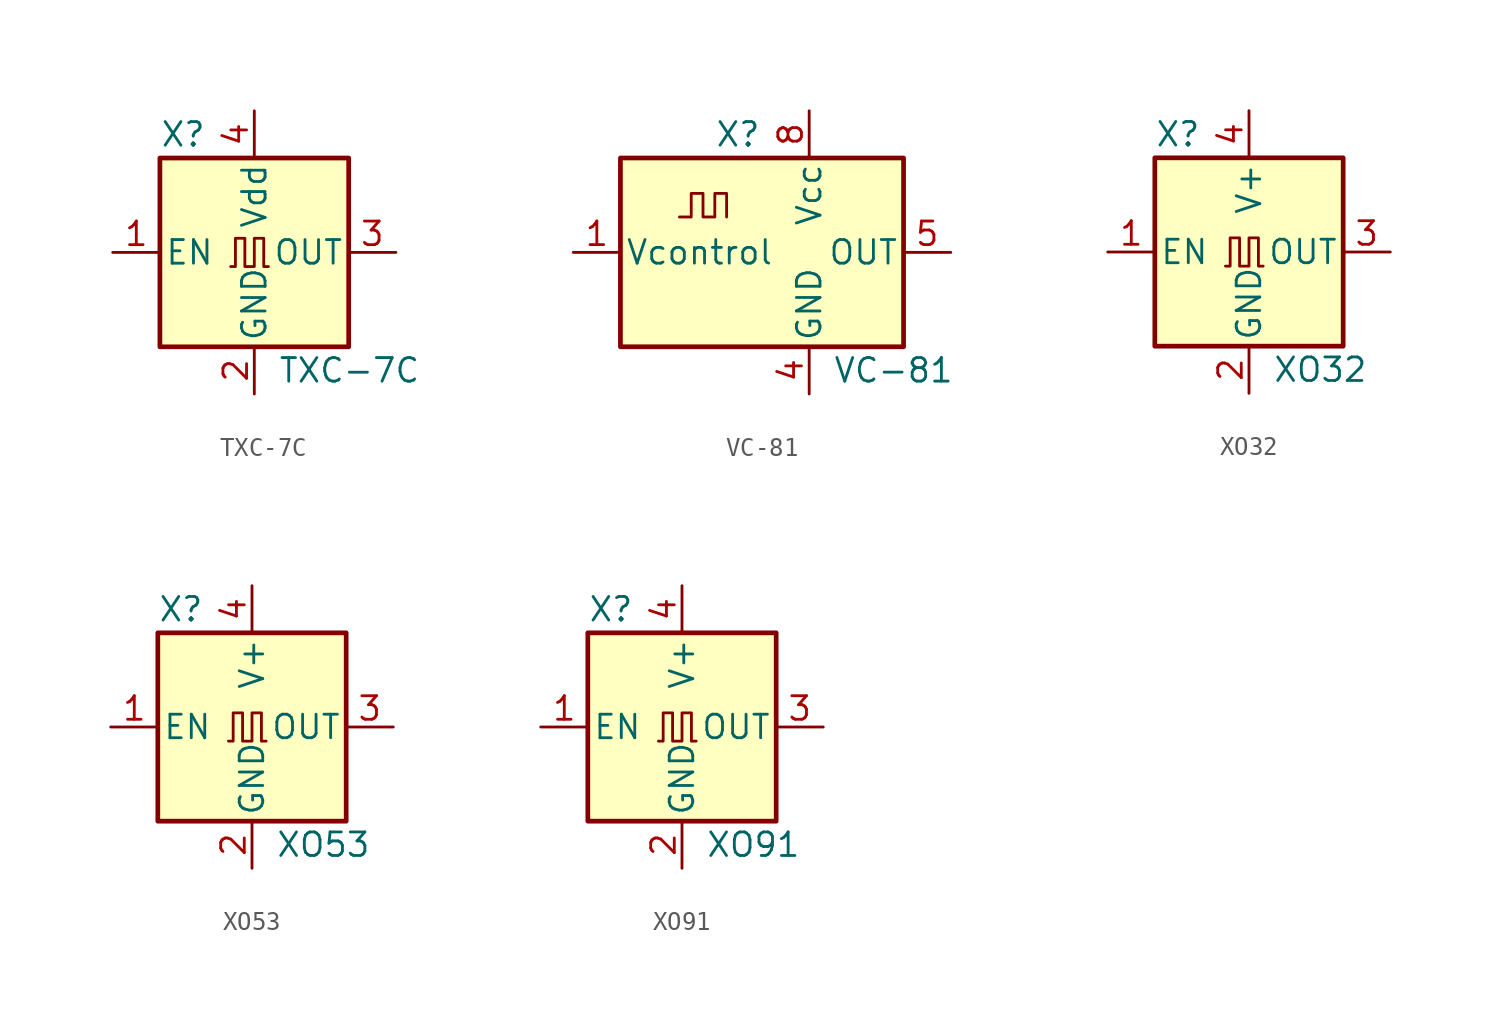
<source format=kicad_sym>
(kicad_symbol_lib
  (version 20241209)
  (generator "kicad_symbol_editor")
  (generator_version "9.0")
  (symbol "TXC-7C"
    (pin_names
      (offset 0.254))
    (property "Reference" "X"
      (at -5.08 6.35 0)
      (effects (font (size 1.27 1.27)) (justify left)))
    (property "Value" "TXC-7C"
      (at 1.27 -6.35 0)
      (effects (font (size 1.27 1.27)) (justify left)))
    (symbol "TXC-7C_0_1"
      (rectangle (start -5.08 5.08) (end 5.08 -5.08) (stroke (width 0.254) (type default)) (fill (type background)))
      (polyline (pts (xy -1.27 -0.762) (xy -1.016 -0.762) (xy -1.016 0.762) (xy -0.508 0.762) (xy -0.508 -0.762) (xy 0 -0.762) (xy 0 0.762) (xy 0.508 0.762) (xy 0.508 -0.762) (xy 0.762 -0.762)) (stroke (width 0) (type default)) (fill (type none))))
    (symbol "TXC-7C_1_1"
      (pin input line (at -7.62 0 0) (length 2.54) (name "EN" (effects (font (size 1.27 1.27)))) (number "1" (effects (font (size 1.27 1.27)))))
      (pin power_in line (at 0 7.62 270) (length 2.54) (name "Vdd" (effects (font (size 1.27 1.27)))) (number "4" (effects (font (size 1.27 1.27)))))
      (pin power_in line (at 0 -7.62 90) (length 2.54) (name "GND" (effects (font (size 1.27 1.27)))) (number "2" (effects (font (size 1.27 1.27)))))
      (pin output line (at 7.62 0 180) (length 2.54) (name "OUT" (effects (font (size 1.27 1.27)))) (number "3" (effects (font (size 1.27 1.27)))))))
  (symbol "VC-81"
    (pin_names
      (offset 0.254))
    (property "Reference" "X"
      (at -5.08 6.35 0)
      (effects (font (size 1.27 1.27)) (justify left)))
    (property "Value" "VC-81"
      (at 1.27 -6.35 0)
      (effects (font (size 1.27 1.27)) (justify left)))
    (symbol "VC-81_0_1"
      (rectangle (start -10.16 5.08) (end 5.08 -5.08) (stroke (width 0.254) (type default)) (fill (type background)))
      (polyline (pts (xy -6.985 1.905) (xy -6.35 1.905) (xy -6.35 3.175) (xy -5.715 3.175) (xy -5.715 1.905) (xy -5.08 1.905) (xy -5.08 3.175) (xy -4.445 3.175) (xy -4.445 1.905)) (stroke (width 0) (type default)) (fill (type none))))
    (symbol "VC-81_1_1"
      (pin input line (at -12.7 0 0) (length 2.54) (name "Vcontrol" (effects (font (size 1.27 1.27)))) (number "1" (effects (font (size 1.27 1.27)))))
      (pin power_in line (at 0 7.62 270) (length 2.54) (name "Vcc" (effects (font (size 1.27 1.27)))) (number "8" (effects (font (size 1.27 1.27)))))
      (pin power_in line (at 0 -7.62 90) (length 2.54) (name "GND" (effects (font (size 1.27 1.27)))) (number "4" (effects (font (size 1.27 1.27)))))
      (pin output line (at 7.62 0 180) (length 2.54) (name "OUT" (effects (font (size 1.27 1.27)))) (number "5" (effects (font (size 1.27 1.27)))))))
  (symbol "XO32"
    (pin_names
      (offset 0.254))
    (property "Reference" "X"
      (at -5.08 6.35 0)
      (effects (font (size 1.27 1.27)) (justify left)))
    (property "Value" "XO32"
      (at 1.27 -6.35 0)
      (effects (font (size 1.27 1.27)) (justify left)))
    (symbol "XO32_0_1"
      (rectangle (start -5.08 5.08) (end 5.08 -5.08) (stroke (width 0.254) (type default)) (fill (type background)))
      (polyline (pts (xy -1.27 -0.762) (xy -1.016 -0.762) (xy -1.016 0.762) (xy -0.508 0.762) (xy -0.508 -0.762) (xy 0 -0.762) (xy 0 0.762) (xy 0.508 0.762) (xy 0.508 -0.762) (xy 0.762 -0.762)) (stroke (width 0) (type default)) (fill (type none))))
    (symbol "XO32_1_1"
      (pin input line (at -7.62 0 0) (length 2.54) (name "EN" (effects (font (size 1.27 1.27)))) (number "1" (effects (font (size 1.27 1.27)))))
      (pin power_in line (at 0 7.62 270) (length 2.54) (name "V+" (effects (font (size 1.27 1.27)))) (number "4" (effects (font (size 1.27 1.27)))))
      (pin power_in line (at 0 -7.62 90) (length 2.54) (name "GND" (effects (font (size 1.27 1.27)))) (number "2" (effects (font (size 1.27 1.27)))))
      (pin output line (at 7.62 0 180) (length 2.54) (name "OUT" (effects (font (size 1.27 1.27)))) (number "3" (effects (font (size 1.27 1.27)))))))
  (symbol "XO53"
    (pin_names
      (offset 0.254))
    (property "Reference" "X"
      (at -5.08 6.35 0)
      (effects (font (size 1.27 1.27)) (justify left)))
    (property "Value" "XO53"
      (at 1.27 -6.35 0)
      (effects (font (size 1.27 1.27)) (justify left)))
    (symbol "XO53_0_1"
      (rectangle (start -5.08 5.08) (end 5.08 -5.08) (stroke (width 0.254) (type default)) (fill (type background)))
      (polyline (pts (xy 0.762 -0.762) (xy 0.508 -0.762) (xy 0.508 0.762) (xy 0 0.762) (xy 0 -0.762) (xy -0.508 -0.762) (xy -0.508 0.762) (xy -1.016 0.762) (xy -1.016 -0.762) (xy -1.27 -0.762)) (stroke (width 0) (type default)) (fill (type none))))
    (symbol "XO53_1_1"
      (pin input line (at -7.62 0 0) (length 2.54) (name "EN" (effects (font (size 1.27 1.27)))) (number "1" (effects (font (size 1.27 1.27)))))
      (pin power_in line (at 0 7.62 270) (length 2.54) (name "V+" (effects (font (size 1.27 1.27)))) (number "4" (effects (font (size 1.27 1.27)))))
      (pin power_in line (at 0 -7.62 90) (length 2.54) (name "GND" (effects (font (size 1.27 1.27)))) (number "2" (effects (font (size 1.27 1.27)))))
      (pin output line (at 7.62 0 180) (length 2.54) (name "OUT" (effects (font (size 1.27 1.27)))) (number "3" (effects (font (size 1.27 1.27)))))))
  (symbol "XO91"
    (pin_names
      (offset 0.254))
    (property "Reference" "X"
      (at -5.08 6.35 0)
      (effects (font (size 1.27 1.27)) (justify left)))
    (property "Value" "XO91"
      (at 1.27 -6.35 0)
      (effects (font (size 1.27 1.27)) (justify left)))
    (symbol "XO91_0_1"
      (rectangle (start -5.08 5.08) (end 5.08 -5.08) (stroke (width 0.254) (type default)) (fill (type background)))
      (polyline (pts (xy 0.762 -0.762) (xy 0.508 -0.762) (xy 0.508 0.762) (xy 0 0.762) (xy 0 -0.762) (xy -0.508 -0.762) (xy -0.508 0.762) (xy -1.016 0.762) (xy -1.016 -0.762) (xy -1.27 -0.762)) (stroke (width 0) (type default)) (fill (type none))))
    (symbol "XO91_1_1"
      (pin input line (at -7.62 0 0) (length 2.54) (name "EN" (effects (font (size 1.27 1.27)))) (number "1" (effects (font (size 1.27 1.27)))))
      (pin power_in line (at 0 7.62 270) (length 2.54) (name "V+" (effects (font (size 1.27 1.27)))) (number "4" (effects (font (size 1.27 1.27)))))
      (pin power_in line (at 0 -7.62 90) (length 2.54) (name "GND" (effects (font (size 1.27 1.27)))) (number "2" (effects (font (size 1.27 1.27)))))
      (pin output line (at 7.62 0 180) (length 2.54) (name "OUT" (effects (font (size 1.27 1.27)))) (number "3" (effects (font (size 1.27 1.27))))))))
</source>
